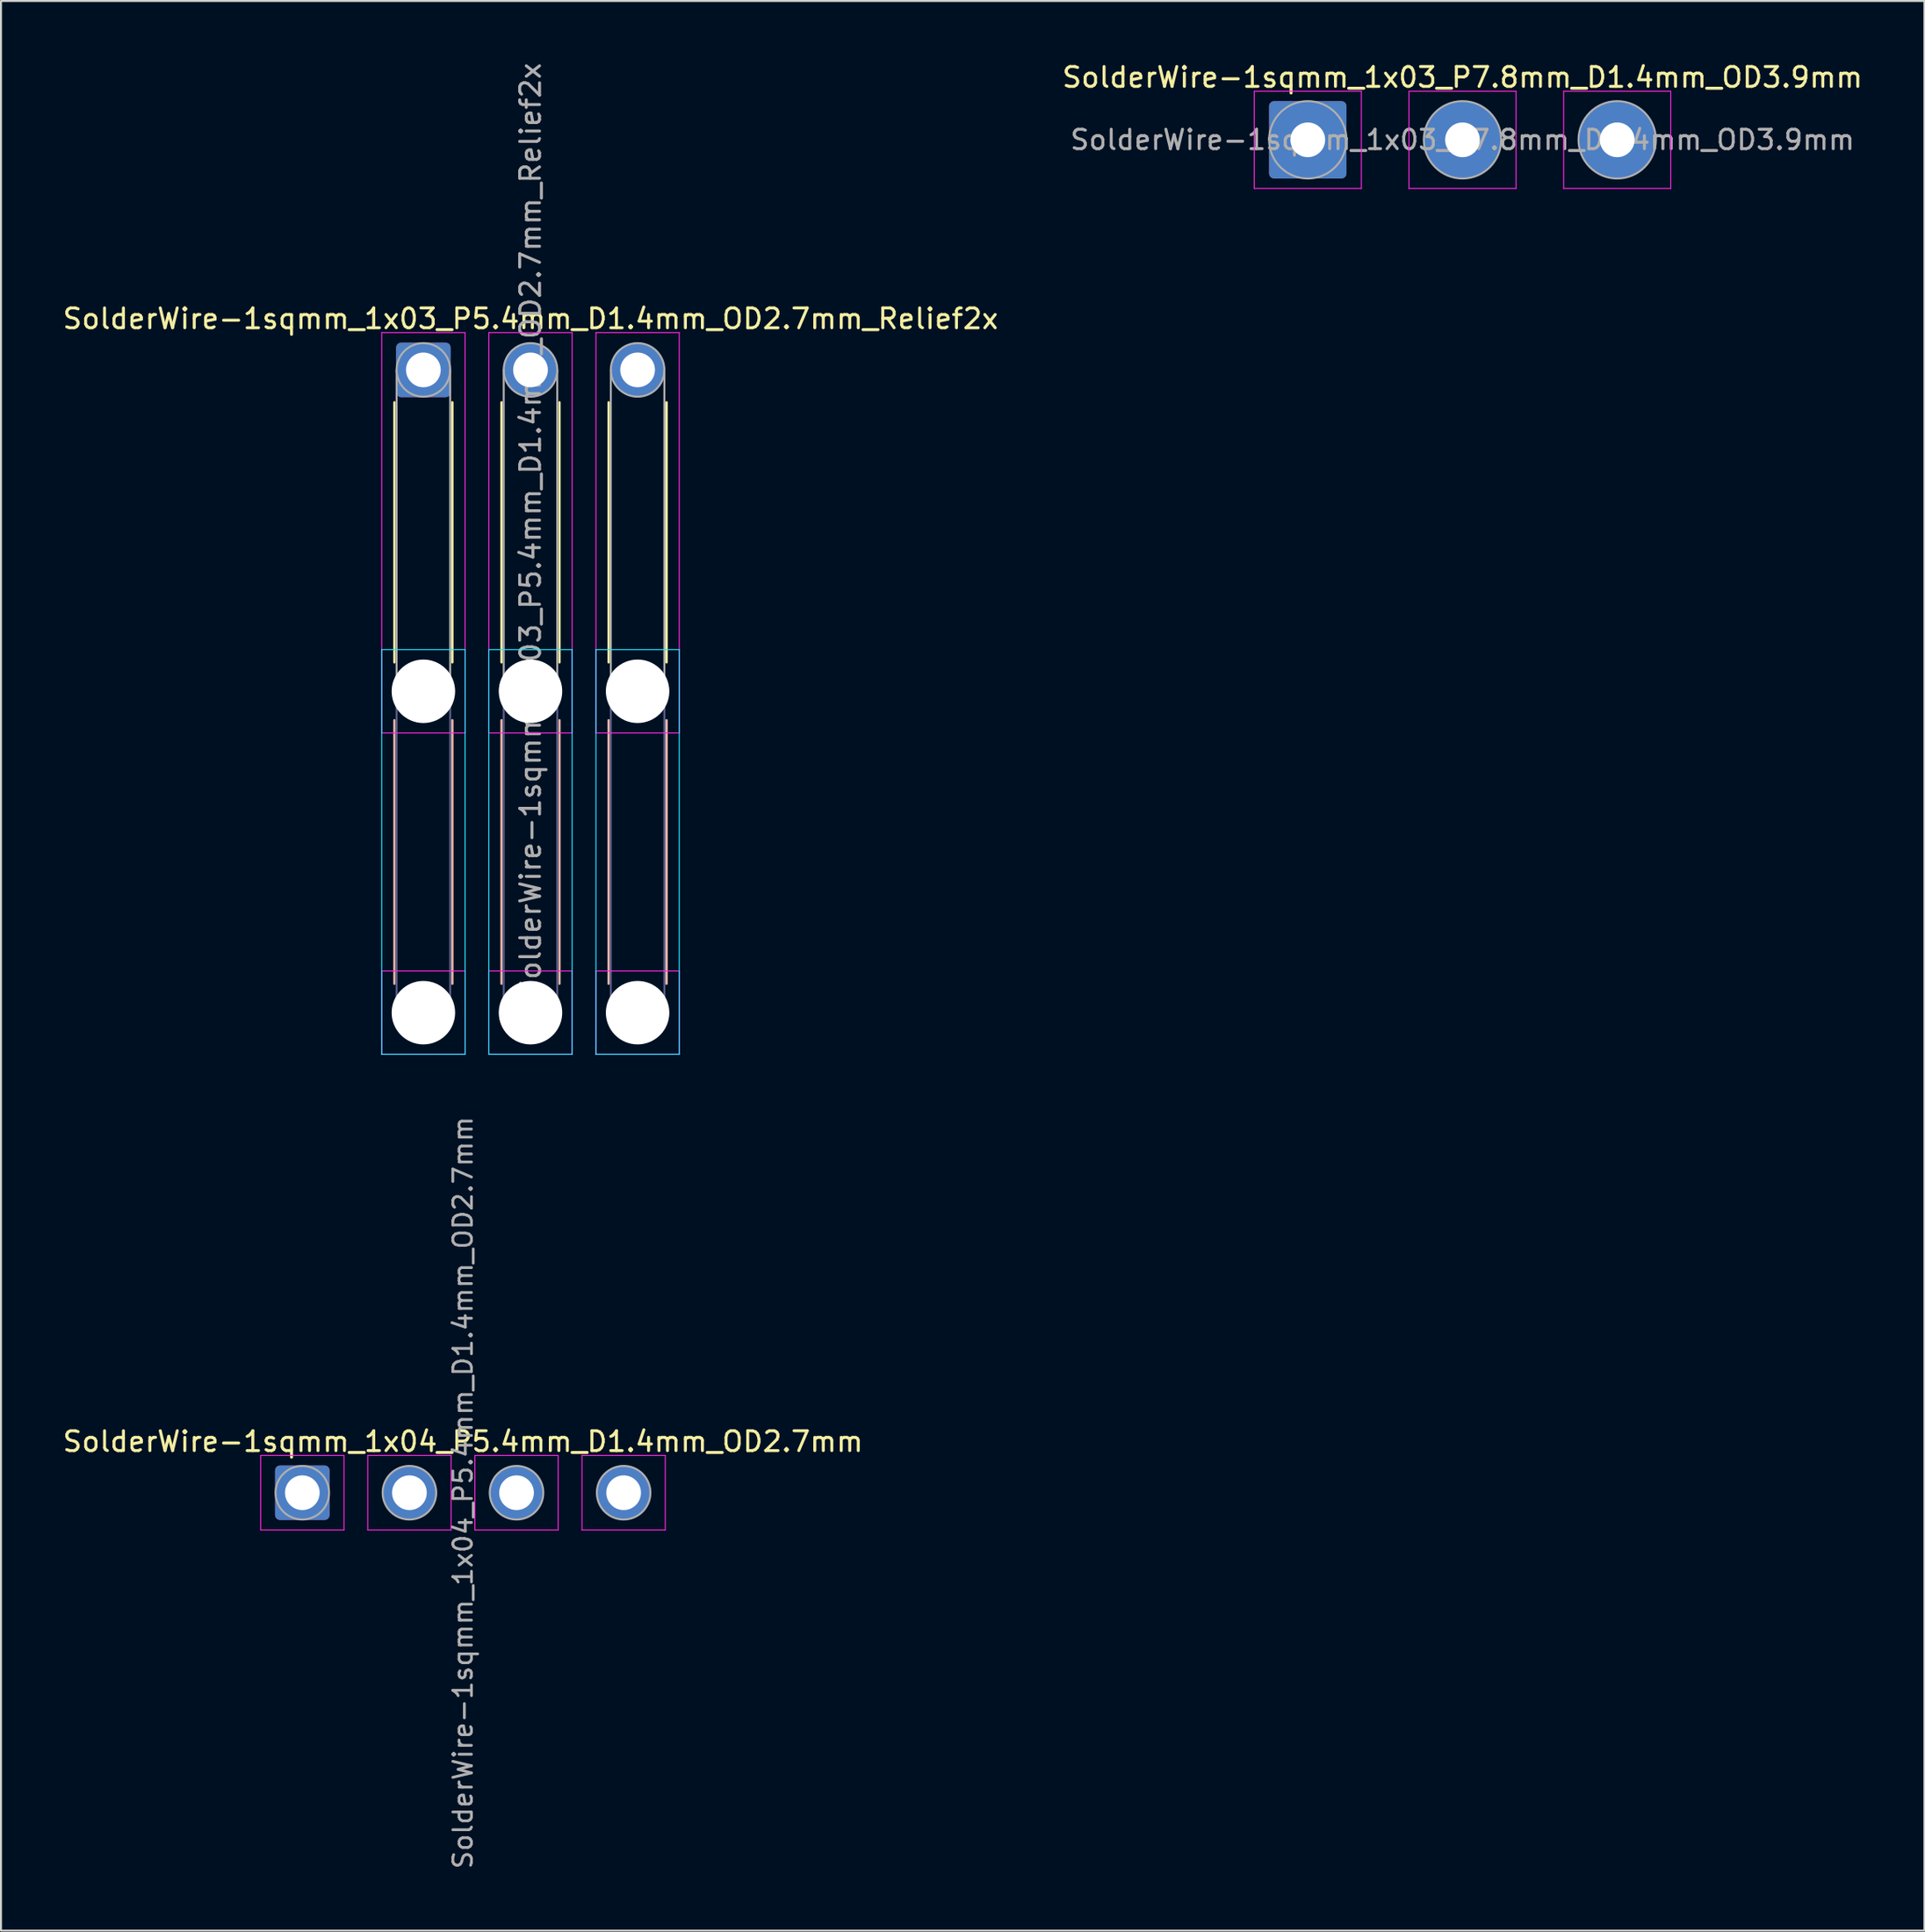
<source format=kicad_pcb>
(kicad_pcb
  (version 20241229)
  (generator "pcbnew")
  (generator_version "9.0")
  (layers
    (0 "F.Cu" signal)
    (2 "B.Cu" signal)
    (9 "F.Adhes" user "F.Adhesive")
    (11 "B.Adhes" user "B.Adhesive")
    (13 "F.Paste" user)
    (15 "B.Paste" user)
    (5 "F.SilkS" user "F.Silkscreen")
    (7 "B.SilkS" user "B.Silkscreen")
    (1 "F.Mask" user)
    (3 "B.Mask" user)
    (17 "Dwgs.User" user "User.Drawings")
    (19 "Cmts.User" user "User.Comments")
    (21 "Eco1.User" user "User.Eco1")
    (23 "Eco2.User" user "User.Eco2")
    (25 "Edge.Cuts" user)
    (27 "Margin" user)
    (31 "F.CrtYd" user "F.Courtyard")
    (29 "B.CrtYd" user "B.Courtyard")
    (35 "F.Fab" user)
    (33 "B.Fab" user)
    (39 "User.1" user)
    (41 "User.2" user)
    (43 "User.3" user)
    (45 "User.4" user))
  (footprint "SolderWire-1sqmm_1x03_P5.4mm_D1.4mm_OD2.7mm_Relief2x"
    (layer "F.Cu")
    (at 18.296 15.596)
    (property "Reference" "SolderWire-1sqmm_1x03_P5.4mm_D1.4mm_OD2.7mm_Relief2x" (at 5.4 -2.58 0) (layer "F.SilkS") (effects (font (size 1 1) (thickness 0.15))))
    (attr exclude_from_pos_files exclude_from_bom)
    (fp_line (start -1.46 1.635) (end -1.46 14.74) (stroke (width 0.12) (type solid)) (layer "F.SilkS"))
    (fp_line (start 1.46 1.635) (end 1.46 14.74) (stroke (width 0.12) (type solid)) (layer "F.SilkS"))
    (fp_line (start 3.94 1.635) (end 3.94 14.74) (stroke (width 0.12) (type solid)) (layer "F.SilkS"))
    (fp_line (start 6.86 1.635) (end 6.86 14.74) (stroke (width 0.12) (type solid)) (layer "F.SilkS"))
    (fp_line (start 9.34 1.635) (end 9.34 14.74) (stroke (width 0.12) (type solid)) (layer "F.SilkS"))
    (fp_line (start 12.26 1.635) (end 12.26 14.74) (stroke (width 0.12) (type solid)) (layer "F.SilkS"))
    (fp_line (start -1.46 17.66) (end -1.46 30.94) (stroke (width 0.12) (type solid)) (layer "B.SilkS"))
    (fp_line (start 1.46 17.66) (end 1.46 30.94) (stroke (width 0.12) (type solid)) (layer "B.SilkS"))
    (fp_line (start 3.94 17.66) (end 3.94 30.94) (stroke (width 0.12) (type solid)) (layer "B.SilkS"))
    (fp_line (start 6.86 17.66) (end 6.86 30.94) (stroke (width 0.12) (type solid)) (layer "B.SilkS"))
    (fp_line (start 9.34 17.66) (end 9.34 30.94) (stroke (width 0.12) (type solid)) (layer "B.SilkS"))
    (fp_line (start 12.26 17.66) (end 12.26 30.94) (stroke (width 0.12) (type solid)) (layer "B.SilkS"))
    (fp_line (start -2.1 14.1) (end -2.1 34.5) (stroke (width 0.05) (type solid)) (layer "B.CrtYd"))
    (fp_line (start -2.1 34.5) (end 2.1 34.5) (stroke (width 0.05) (type solid)) (layer "B.CrtYd"))
    (fp_line (start 2.1 14.1) (end -2.1 14.1) (stroke (width 0.05) (type solid)) (layer "B.CrtYd"))
    (fp_line (start 2.1 34.5) (end 2.1 14.1) (stroke (width 0.05) (type solid)) (layer "B.CrtYd"))
    (fp_line (start 3.3 14.1) (end 3.3 34.5) (stroke (width 0.05) (type solid)) (layer "B.CrtYd"))
    (fp_line (start 3.3 34.5) (end 7.5 34.5) (stroke (width 0.05) (type solid)) (layer "B.CrtYd"))
    (fp_line (start 7.5 14.1) (end 3.3 14.1) (stroke (width 0.05) (type solid)) (layer "B.CrtYd"))
    (fp_line (start 7.5 34.5) (end 7.5 14.1) (stroke (width 0.05) (type solid)) (layer "B.CrtYd"))
    (fp_line (start 8.7 14.1) (end 8.7 34.5) (stroke (width 0.05) (type solid)) (layer "B.CrtYd"))
    (fp_line (start 8.7 34.5) (end 12.9 34.5) (stroke (width 0.05) (type solid)) (layer "B.CrtYd"))
    (fp_line (start 12.9 14.1) (end 8.7 14.1) (stroke (width 0.05) (type solid)) (layer "B.CrtYd"))
    (fp_line (start 12.9 34.5) (end 12.9 14.1) (stroke (width 0.05) (type solid)) (layer "B.CrtYd"))
    (fp_line (start -2.1 -1.88) (end -2.1 18.3) (stroke (width 0.05) (type solid)) (layer "F.CrtYd"))
    (fp_line (start -2.1 18.3) (end 2.1 18.3) (stroke (width 0.05) (type solid)) (layer "F.CrtYd"))
    (fp_line (start -2.1 30.3) (end -2.1 34.5) (stroke (width 0.05) (type solid)) (layer "F.CrtYd"))
    (fp_line (start -2.1 34.5) (end 2.1 34.5) (stroke (width 0.05) (type solid)) (layer "F.CrtYd"))
    (fp_line (start 2.1 -1.88) (end -2.1 -1.88) (stroke (width 0.05) (type solid)) (layer "F.CrtYd"))
    (fp_line (start 2.1 18.3) (end 2.1 -1.88) (stroke (width 0.05) (type solid)) (layer "F.CrtYd"))
    (fp_line (start 2.1 30.3) (end -2.1 30.3) (stroke (width 0.05) (type solid)) (layer "F.CrtYd"))
    (fp_line (start 2.1 34.5) (end 2.1 30.3) (stroke (width 0.05) (type solid)) (layer "F.CrtYd"))
    (fp_line (start 3.3 -1.88) (end 3.3 18.3) (stroke (width 0.05) (type solid)) (layer "F.CrtYd"))
    (fp_line (start 3.3 18.3) (end 7.5 18.3) (stroke (width 0.05) (type solid)) (layer "F.CrtYd"))
    (fp_line (start 3.3 30.3) (end 3.3 34.5) (stroke (width 0.05) (type solid)) (layer "F.CrtYd"))
    (fp_line (start 3.3 34.5) (end 7.5 34.5) (stroke (width 0.05) (type solid)) (layer "F.CrtYd"))
    (fp_line (start 7.5 -1.88) (end 3.3 -1.88) (stroke (width 0.05) (type solid)) (layer "F.CrtYd"))
    (fp_line (start 7.5 18.3) (end 7.5 -1.88) (stroke (width 0.05) (type solid)) (layer "F.CrtYd"))
    (fp_line (start 7.5 30.3) (end 3.3 30.3) (stroke (width 0.05) (type solid)) (layer "F.CrtYd"))
    (fp_line (start 7.5 34.5) (end 7.5 30.3) (stroke (width 0.05) (type solid)) (layer "F.CrtYd"))
    (fp_line (start 8.7 -1.88) (end 8.7 18.3) (stroke (width 0.05) (type solid)) (layer "F.CrtYd"))
    (fp_line (start 8.7 18.3) (end 12.9 18.3) (stroke (width 0.05) (type solid)) (layer "F.CrtYd"))
    (fp_line (start 8.7 30.3) (end 8.7 34.5) (stroke (width 0.05) (type solid)) (layer "F.CrtYd"))
    (fp_line (start 8.7 34.5) (end 12.9 34.5) (stroke (width 0.05) (type solid)) (layer "F.CrtYd"))
    (fp_line (start 12.9 -1.88) (end 8.7 -1.88) (stroke (width 0.05) (type solid)) (layer "F.CrtYd"))
    (fp_line (start 12.9 18.3) (end 12.9 -1.88) (stroke (width 0.05) (type solid)) (layer "F.CrtYd"))
    (fp_line (start 12.9 30.3) (end 8.7 30.3) (stroke (width 0.05) (type solid)) (layer "F.CrtYd"))
    (fp_line (start 12.9 34.5) (end 12.9 30.3) (stroke (width 0.05) (type solid)) (layer "F.CrtYd"))
    (fp_line (start -1.35 16.2) (end -1.35 32.4) (stroke (width 0.1) (type solid)) (layer "B.Fab"))
    (fp_line (start 1.35 16.2) (end 1.35 32.4) (stroke (width 0.1) (type solid)) (layer "B.Fab"))
    (fp_line (start 4.05 16.2) (end 4.05 32.4) (stroke (width 0.1) (type solid)) (layer "B.Fab"))
    (fp_line (start 6.75 16.2) (end 6.75 32.4) (stroke (width 0.1) (type solid)) (layer "B.Fab"))
    (fp_line (start 9.45 16.2) (end 9.45 32.4) (stroke (width 0.1) (type solid)) (layer "B.Fab"))
    (fp_line (start 12.15 16.2) (end 12.15 32.4) (stroke (width 0.1) (type solid)) (layer "B.Fab"))
    (fp_circle (center 0 16.2) (end 1.35 16.2) (stroke (width 0.1) (type solid)) (fill no) (layer "B.Fab"))
    (fp_circle (center 0 32.4) (end 1.35 32.4) (stroke (width 0.1) (type solid)) (fill no) (layer "B.Fab"))
    (fp_circle (center 5.4 16.2) (end 6.75 16.2) (stroke (width 0.1) (type solid)) (fill no) (layer "B.Fab"))
    (fp_circle (center 5.4 32.4) (end 6.75 32.4) (stroke (width 0.1) (type solid)) (fill no) (layer "B.Fab"))
    (fp_circle (center 10.8 16.2) (end 12.15 16.2) (stroke (width 0.1) (type solid)) (fill no) (layer "B.Fab"))
    (fp_circle (center 10.8 32.4) (end 12.15 32.4) (stroke (width 0.1) (type solid)) (fill no) (layer "B.Fab"))
    (fp_line (start -1.35 0) (end -1.35 16.2) (stroke (width 0.1) (type solid)) (layer "F.Fab"))
    (fp_line (start 1.35 0) (end 1.35 16.2) (stroke (width 0.1) (type solid)) (layer "F.Fab"))
    (fp_line (start 4.05 0) (end 4.05 16.2) (stroke (width 0.1) (type solid)) (layer "F.Fab"))
    (fp_line (start 6.75 0) (end 6.75 16.2) (stroke (width 0.1) (type solid)) (layer "F.Fab"))
    (fp_line (start 9.45 0) (end 9.45 16.2) (stroke (width 0.1) (type solid)) (layer "F.Fab"))
    (fp_line (start 12.15 0) (end 12.15 16.2) (stroke (width 0.1) (type solid)) (layer "F.Fab"))
    (fp_circle (center 0 0) (end 1.35 0) (stroke (width 0.1) (type solid)) (fill no) (layer "F.Fab"))
    (fp_circle (center 0 16.2) (end 1.35 16.2) (stroke (width 0.1) (type solid)) (fill no) (layer "F.Fab"))
    (fp_circle (center 0 32.4) (end 1.35 32.4) (stroke (width 0.1) (type solid)) (fill no) (layer "F.Fab"))
    (fp_circle (center 5.4 0) (end 6.75 0) (stroke (width 0.1) (type solid)) (fill no) (layer "F.Fab"))
    (fp_circle (center 5.4 16.2) (end 6.75 16.2) (stroke (width 0.1) (type solid)) (fill no) (layer "F.Fab"))
    (fp_circle (center 5.4 32.4) (end 6.75 32.4) (stroke (width 0.1) (type solid)) (fill no) (layer "F.Fab"))
    (fp_circle (center 10.8 0) (end 12.15 0) (stroke (width 0.1) (type solid)) (fill no) (layer "F.Fab"))
    (fp_circle (center 10.8 16.2) (end 12.15 16.2) (stroke (width 0.1) (type solid)) (fill no) (layer "F.Fab"))
    (fp_circle (center 10.8 32.4) (end 12.15 32.4) (stroke (width 0.1) (type solid)) (fill no) (layer "F.Fab"))
    (fp_text user "${REFERENCE}" (at 5.4 8.1 90) (layer "F.Fab") (effects (font (size 1 1) (thickness 0.15))))
    (pad "" np_thru_hole circle (at 0 16.2) (size 3.2 3.2) (drill 3.2) (layers "*.Cu" "*.Mask"))
    (pad "" np_thru_hole circle (at 0 32.4) (size 3.2 3.2) (drill 3.2) (layers "*.Cu" "*.Mask"))
    (pad "" np_thru_hole circle (at 5.4 16.2) (size 3.2 3.2) (drill 3.2) (layers "*.Cu" "*.Mask"))
    (pad "" np_thru_hole circle (at 5.4 32.4) (size 3.2 3.2) (drill 3.2) (layers "*.Cu" "*.Mask"))
    (pad "" np_thru_hole circle (at 10.8 16.2) (size 3.2 3.2) (drill 3.2) (layers "*.Cu" "*.Mask"))
    (pad "" np_thru_hole circle (at 10.8 32.4) (size 3.2 3.2) (drill 3.2) (layers "*.Cu" "*.Mask"))
    (pad "1" thru_hole roundrect (at 0 0) (size 2.75 2.75) (drill 1.75) (layers "*.Cu" "*.Mask") (roundrect_rratio 0.091))
    (pad "2" thru_hole circle (at 5.4 0) (size 2.75 2.75) (drill 1.75) (layers "*.Cu" "*.Mask"))
    (pad "3" thru_hole circle (at 10.8 0) (size 2.75 2.75) (drill 1.75) (layers "*.Cu" "*.Mask")))
  (footprint "SolderWire-1sqmm_1x03_P7.8mm_D1.4mm_OD3.9mm"
    (layer "F.Cu")
    (at 62.885 3.998)
    (property "Reference" "SolderWire-1sqmm_1x03_P7.8mm_D1.4mm_OD3.9mm" (at 7.8 -3.15 0) (layer "F.SilkS") (effects (font (size 1 1) (thickness 0.15))))
    (attr exclude_from_pos_files exclude_from_bom)
    (fp_line (start -2.7 -2.45) (end -2.7 2.45) (stroke (width 0.05) (type solid)) (layer "F.CrtYd"))
    (fp_line (start -2.7 2.45) (end 2.7 2.45) (stroke (width 0.05) (type solid)) (layer "F.CrtYd"))
    (fp_line (start 2.7 -2.45) (end -2.7 -2.45) (stroke (width 0.05) (type solid)) (layer "F.CrtYd"))
    (fp_line (start 2.7 2.45) (end 2.7 -2.45) (stroke (width 0.05) (type solid)) (layer "F.CrtYd"))
    (fp_line (start 5.1 -2.45) (end 5.1 2.45) (stroke (width 0.05) (type solid)) (layer "F.CrtYd"))
    (fp_line (start 5.1 2.45) (end 10.5 2.45) (stroke (width 0.05) (type solid)) (layer "F.CrtYd"))
    (fp_line (start 10.5 -2.45) (end 5.1 -2.45) (stroke (width 0.05) (type solid)) (layer "F.CrtYd"))
    (fp_line (start 10.5 2.45) (end 10.5 -2.45) (stroke (width 0.05) (type solid)) (layer "F.CrtYd"))
    (fp_line (start 12.9 -2.45) (end 12.9 2.45) (stroke (width 0.05) (type solid)) (layer "F.CrtYd"))
    (fp_line (start 12.9 2.45) (end 18.3 2.45) (stroke (width 0.05) (type solid)) (layer "F.CrtYd"))
    (fp_line (start 18.3 -2.45) (end 12.9 -2.45) (stroke (width 0.05) (type solid)) (layer "F.CrtYd"))
    (fp_line (start 18.3 2.45) (end 18.3 -2.45) (stroke (width 0.05) (type solid)) (layer "F.CrtYd"))
    (fp_circle (center 0 0) (end 1.95 0) (stroke (width 0.1) (type solid)) (fill no) (layer "F.Fab"))
    (fp_circle (center 7.8 0) (end 9.75 0) (stroke (width 0.1) (type solid)) (fill no) (layer "F.Fab"))
    (fp_circle (center 15.6 0) (end 17.55 0) (stroke (width 0.1) (type solid)) (fill no) (layer "F.Fab"))
    (fp_text user "${REFERENCE}" (at 7.8 0 0) (layer "F.Fab") (effects (font (size 0.98 0.98) (thickness 0.15))))
    (pad "1" thru_hole roundrect (at 0 0) (size 3.9 3.9) (drill 1.75) (layers "*.Cu" "*.Mask") (roundrect_rratio 0.064))
    (pad "2" thru_hole circle (at 7.8 0) (size 3.9 3.9) (drill 1.75) (layers "*.Cu" "*.Mask"))
    (pad "3" thru_hole circle (at 15.6 0) (size 3.9 3.9) (drill 1.75) (layers "*.Cu" "*.Mask")))
  (footprint "SolderWire-1sqmm_1x04_P5.4mm_D1.4mm_OD2.7mm"
    (layer "F.Cu")
    (at 12.192 72.194)
    (property "Reference" "SolderWire-1sqmm_1x04_P5.4mm_D1.4mm_OD2.7mm" (at 8.1 -2.58 0) (layer "F.SilkS") (effects (font (size 1 1) (thickness 0.15))))
    (attr exclude_from_pos_files exclude_from_bom)
    (fp_line (start -2.1 -1.88) (end -2.1 1.88) (stroke (width 0.05) (type solid)) (layer "F.CrtYd"))
    (fp_line (start -2.1 1.88) (end 2.1 1.88) (stroke (width 0.05) (type solid)) (layer "F.CrtYd"))
    (fp_line (start 2.1 -1.88) (end -2.1 -1.88) (stroke (width 0.05) (type solid)) (layer "F.CrtYd"))
    (fp_line (start 2.1 1.88) (end 2.1 -1.88) (stroke (width 0.05) (type solid)) (layer "F.CrtYd"))
    (fp_line (start 3.3 -1.88) (end 3.3 1.88) (stroke (width 0.05) (type solid)) (layer "F.CrtYd"))
    (fp_line (start 3.3 1.88) (end 7.5 1.88) (stroke (width 0.05) (type solid)) (layer "F.CrtYd"))
    (fp_line (start 7.5 -1.88) (end 3.3 -1.88) (stroke (width 0.05) (type solid)) (layer "F.CrtYd"))
    (fp_line (start 7.5 1.88) (end 7.5 -1.88) (stroke (width 0.05) (type solid)) (layer "F.CrtYd"))
    (fp_line (start 8.7 -1.88) (end 8.7 1.88) (stroke (width 0.05) (type solid)) (layer "F.CrtYd"))
    (fp_line (start 8.7 1.88) (end 12.9 1.88) (stroke (width 0.05) (type solid)) (layer "F.CrtYd"))
    (fp_line (start 12.9 -1.88) (end 8.7 -1.88) (stroke (width 0.05) (type solid)) (layer "F.CrtYd"))
    (fp_line (start 12.9 1.88) (end 12.9 -1.88) (stroke (width 0.05) (type solid)) (layer "F.CrtYd"))
    (fp_line (start 14.1 -1.88) (end 14.1 1.88) (stroke (width 0.05) (type solid)) (layer "F.CrtYd"))
    (fp_line (start 14.1 1.88) (end 18.3 1.88) (stroke (width 0.05) (type solid)) (layer "F.CrtYd"))
    (fp_line (start 18.3 -1.88) (end 14.1 -1.88) (stroke (width 0.05) (type solid)) (layer "F.CrtYd"))
    (fp_line (start 18.3 1.88) (end 18.3 -1.88) (stroke (width 0.05) (type solid)) (layer "F.CrtYd"))
    (fp_circle (center 0 0) (end 1.35 0) (stroke (width 0.1) (type solid)) (fill no) (layer "F.Fab"))
    (fp_circle (center 5.4 0) (end 6.75 0) (stroke (width 0.1) (type solid)) (fill no) (layer "F.Fab"))
    (fp_circle (center 10.8 0) (end 12.15 0) (stroke (width 0.1) (type solid)) (fill no) (layer "F.Fab"))
    (fp_circle (center 16.2 0) (end 17.55 0) (stroke (width 0.1) (type solid)) (fill no) (layer "F.Fab"))
    (fp_text user "${REFERENCE}" (at 8.1 0 90) (layer "F.Fab") (effects (font (size 0.94 0.94) (thickness 0.14))))
    (pad "1" thru_hole roundrect (at 0 0) (size 2.75 2.75) (drill 1.75) (layers "*.Cu" "*.Mask") (roundrect_rratio 0.091))
    (pad "2" thru_hole circle (at 5.4 0) (size 2.75 2.75) (drill 1.75) (layers "*.Cu" "*.Mask"))
    (pad "3" thru_hole circle (at 10.8 0) (size 2.75 2.75) (drill 1.75) (layers "*.Cu" "*.Mask"))
    (pad "4" thru_hole circle (at 16.2 0) (size 2.75 2.75) (drill 1.75) (layers "*.Cu" "*.Mask")))
  (gr_rect
    (start -3 -3)
    (end 93.976 94.267)
    (stroke (width 0.1) (type default))
    (fill no)
    (layer "Edge.Cuts")))
</source>
